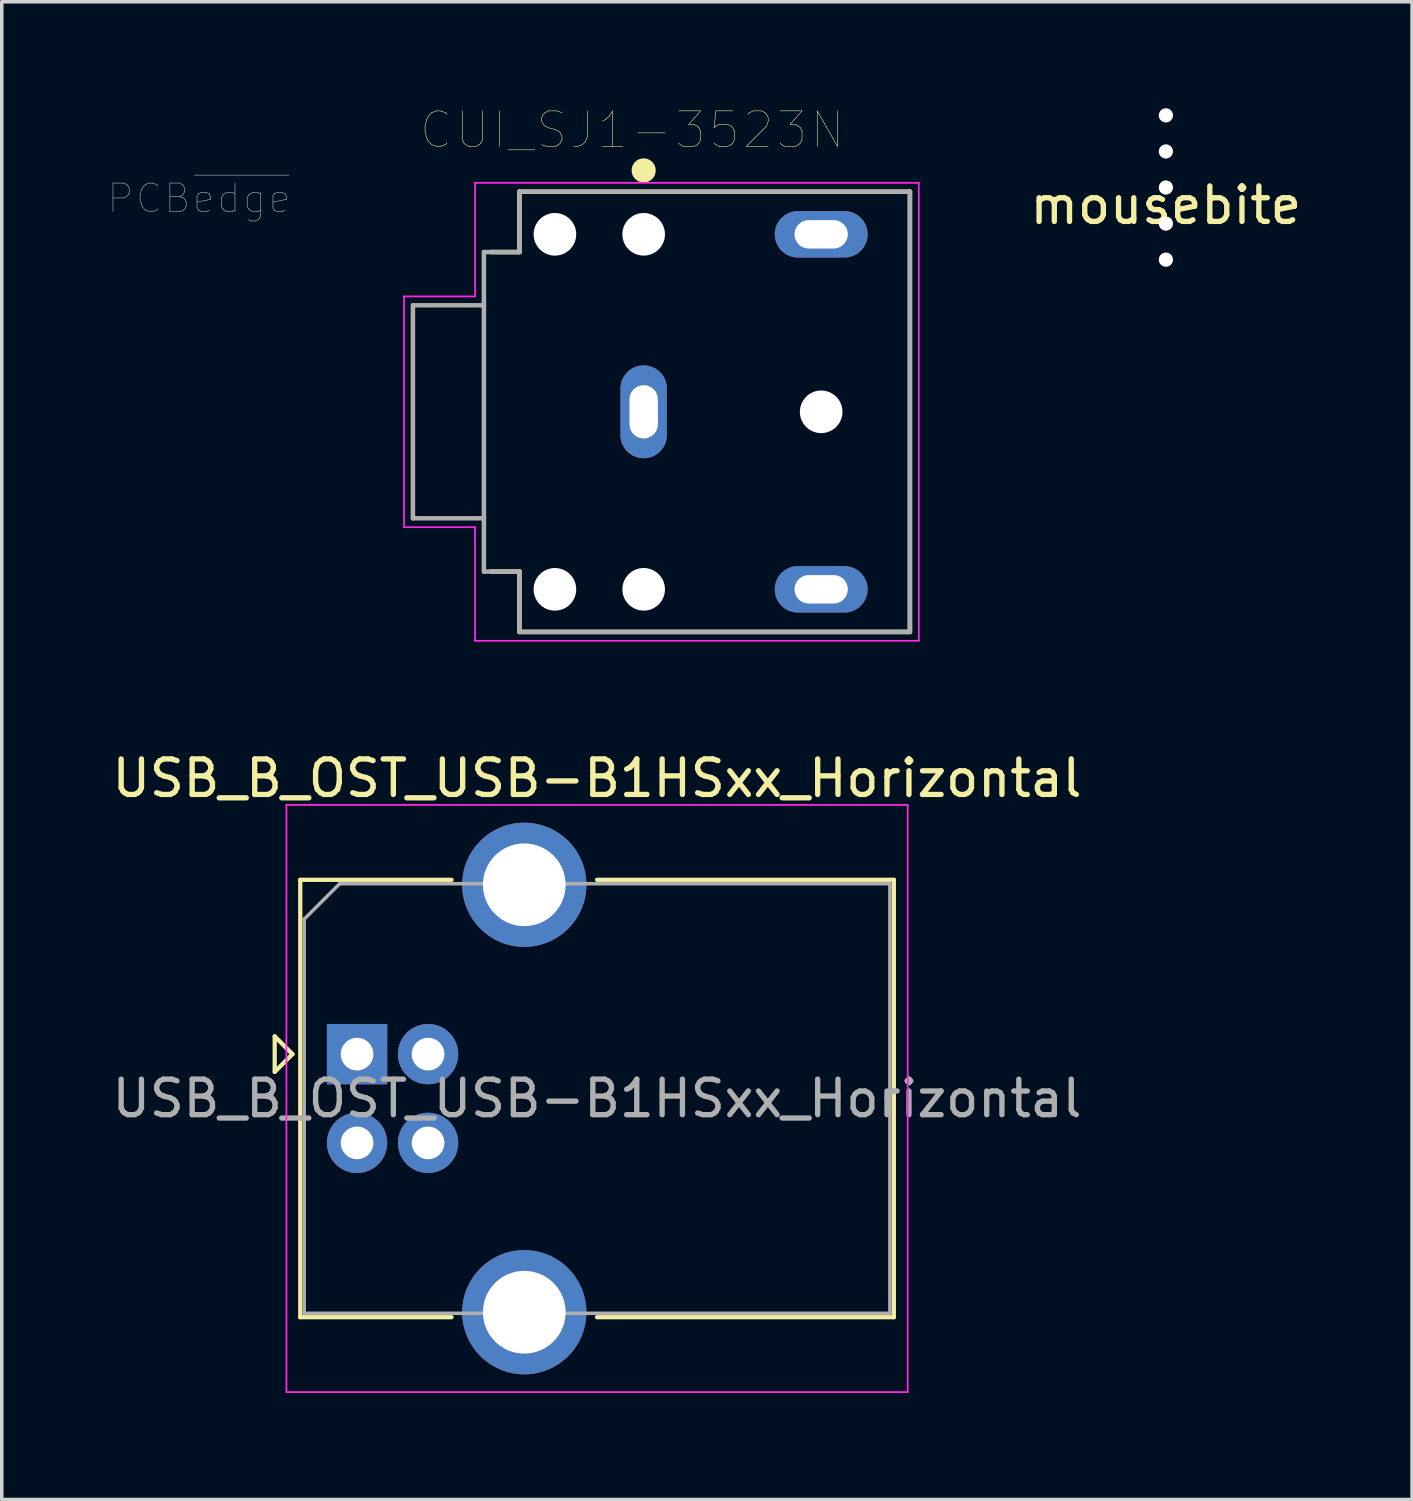
<source format=kicad_pcb>
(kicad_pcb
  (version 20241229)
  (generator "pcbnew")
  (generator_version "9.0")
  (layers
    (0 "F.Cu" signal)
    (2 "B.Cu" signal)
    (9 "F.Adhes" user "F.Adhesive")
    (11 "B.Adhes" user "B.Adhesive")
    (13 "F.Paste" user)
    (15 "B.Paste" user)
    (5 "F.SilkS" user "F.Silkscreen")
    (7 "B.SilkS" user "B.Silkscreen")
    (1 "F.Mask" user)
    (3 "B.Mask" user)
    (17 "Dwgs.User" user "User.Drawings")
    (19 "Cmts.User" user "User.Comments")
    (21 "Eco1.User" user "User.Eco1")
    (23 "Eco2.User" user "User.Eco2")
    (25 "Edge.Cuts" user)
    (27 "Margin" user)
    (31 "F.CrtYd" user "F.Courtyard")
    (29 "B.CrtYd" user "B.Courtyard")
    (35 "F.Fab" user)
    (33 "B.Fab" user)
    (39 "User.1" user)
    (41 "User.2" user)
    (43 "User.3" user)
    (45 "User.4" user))
  (footprint "mousebite"
    (layer "F.Cu")
    (at 29.791 2.232)
    (property "Reference" "mousebite" (at 0 0.5 0) (layer "F.SilkS") (effects (font (size 1 1) (thickness 0.15))))
    (attr through_hole)
    (pad "" np_thru_hole circle (at 0 -2.032) (size 0.4 0.4) (drill 0.4) (layers "*.Cu" "*.Mask"))
    (pad "" np_thru_hole circle (at 0 -1.016) (size 0.4 0.4) (drill 0.4) (layers "*.Cu" "*.Mask"))
    (pad "" np_thru_hole circle (at 0 0) (size 0.4 0.4) (drill 0.4) (layers "*.Cu" "*.Mask"))
    (pad "" np_thru_hole circle (at 0 1.016) (size 0.4 0.4) (drill 0.4) (layers "*.Cu" "*.Mask"))
    (pad "" np_thru_hole circle (at 0 2.032) (size 0.4 0.4) (drill 0.4) (layers "*.Cu" "*.Mask")))
  (footprint "CUI_SJ1-3523N"
    (layer "F.Cu")
    (at 15.081 8.55)
    (property "Reference" "CUI_SJ1-3523N" (at -0.325 -7.938 0) (layer "F.SilkS") (effects (font (size 1 1) (thickness 0.015))))
    (attr through_hole)
    (fp_line (start -3.5 -6.2) (end -3.5 -4.5) (stroke (width 0.127) (type solid)) (layer "F.SilkS"))
    (fp_line (start -3.5 -4.5) (end -4.3 -4.5) (stroke (width 0.127) (type solid)) (layer "F.SilkS"))
    (fp_line (start -3.5 4.5) (end -4.3 4.5) (stroke (width 0.127) (type solid)) (layer "F.SilkS"))
    (fp_line (start -3.5 4.5) (end -3.5 6.2) (stroke (width 0.127) (type solid)) (layer "F.SilkS"))
    (fp_line (start 7.5 -6.2) (end -3.5 -6.2) (stroke (width 0.127) (type solid)) (layer "F.SilkS"))
    (fp_line (start 7.5 -6.2) (end 7.5 6.2) (stroke (width 0.127) (type solid)) (layer "F.SilkS"))
    (fp_line (start 7.5 6.2) (end -3.5 6.2) (stroke (width 0.127) (type solid)) (layer "F.SilkS"))
    (fp_circle (center 0 -6.8) (end 0.17 -6.8) (stroke (width 0.34) (type solid)) (fill no) (layer "F.SilkS"))
    (fp_line (start -6.75 -3.25) (end -6.75 3.25) (stroke (width 0.05) (type solid)) (layer "F.CrtYd"))
    (fp_line (start -6.75 3.25) (end -4.75 3.25) (stroke (width 0.05) (type solid)) (layer "F.CrtYd"))
    (fp_line (start -4.75 -6.45) (end -4.75 -3.25) (stroke (width 0.05) (type solid)) (layer "F.CrtYd"))
    (fp_line (start -4.75 -6.45) (end 7.75 -6.45) (stroke (width 0.05) (type solid)) (layer "F.CrtYd"))
    (fp_line (start -4.75 -3.25) (end -6.75 -3.25) (stroke (width 0.05) (type solid)) (layer "F.CrtYd"))
    (fp_line (start -4.75 3.25) (end -4.75 6.45) (stroke (width 0.05) (type solid)) (layer "F.CrtYd"))
    (fp_line (start 7.75 -6.45) (end 7.75 6.45) (stroke (width 0.05) (type solid)) (layer "F.CrtYd"))
    (fp_line (start 7.75 6.45) (end -4.75 6.45) (stroke (width 0.05) (type solid)) (layer "F.CrtYd"))
    (fp_line (start -6.5 -3) (end -6.5 3) (stroke (width 0.127) (type solid)) (layer "F.Fab"))
    (fp_line (start -6.5 3) (end -4.5 3) (stroke (width 0.127) (type solid)) (layer "F.Fab"))
    (fp_line (start -4.5 -6) (end -4.5 -2) (stroke (width 0.0001) (type solid)) (layer "F.Fab"))
    (fp_line (start -4.5 -4.5) (end -4.5 -3) (stroke (width 0.127) (type solid)) (layer "F.Fab"))
    (fp_line (start -4.5 -3) (end -6.5 -3) (stroke (width 0.127) (type solid)) (layer "F.Fab"))
    (fp_line (start -4.5 -3) (end -4.5 3) (stroke (width 0.127) (type solid)) (layer "F.Fab"))
    (fp_line (start -4.5 -2) (end -3.3 -2) (stroke (width 0.0001) (type solid)) (layer "F.Fab"))
    (fp_line (start -4.5 2) (end -4.5 6) (stroke (width 0.0001) (type solid)) (layer "F.Fab"))
    (fp_line (start -4.5 3) (end -4.5 4.5) (stroke (width 0.127) (type solid)) (layer "F.Fab"))
    (fp_line (start -4.5 4.5) (end -3.5 4.5) (stroke (width 0.127) (type solid)) (layer "F.Fab"))
    (fp_line (start -3.5 -6.2) (end -3.5 -4.5) (stroke (width 0.127) (type solid)) (layer "F.Fab"))
    (fp_line (start -3.5 -4.5) (end -4.5 -4.5) (stroke (width 0.127) (type solid)) (layer "F.Fab"))
    (fp_line (start -3.5 4.5) (end -3.5 6.2) (stroke (width 0.127) (type solid)) (layer "F.Fab"))
    (fp_line (start -3.3 -2) (end -3.3 2) (stroke (width 0.0001) (type solid)) (layer "F.Fab"))
    (fp_line (start -3.3 2) (end -4.5 2) (stroke (width 0.0001) (type solid)) (layer "F.Fab"))
    (fp_line (start 7.5 -6.2) (end -3.5 -6.2) (stroke (width 0.127) (type solid)) (layer "F.Fab"))
    (fp_line (start 7.5 -6.2) (end 7.5 6.2) (stroke (width 0.127) (type solid)) (layer "F.Fab"))
    (fp_line (start 7.5 6.2) (end -3.5 6.2) (stroke (width 0.127) (type solid)) (layer "F.Fab"))
    (fp_text user "PCB~{edge}" (at -12.524 -6.012 0) (layer "Dwgs.User") (effects (font (size 0.802 0.802) (thickness 0.015))))
    (pad "" np_thru_hole circle (at -2.5 -5) (size 1.2 1.2) (drill 1.2) (layers "*.Cu" "*.Mask"))
    (pad "" np_thru_hole circle (at -2.5 5) (size 1.2 1.2) (drill 1.2) (layers "*.Cu" "*.Mask"))
    (pad "" np_thru_hole circle (at 0 -5) (size 1.2 1.2) (drill 1.2) (layers "*.Cu" "*.Mask"))
    (pad "" np_thru_hole circle (at 0 5) (size 1.2 1.2) (drill 1.2) (layers "*.Cu" "*.Mask"))
    (pad "" np_thru_hole circle (at 5 0) (size 1.2 1.2) (drill 1.2) (layers "*.Cu" "*.Mask"))
    (pad "1" thru_hole oval (at 0 0) (size 1.308 2.616) (drill oval 0.8 1.5) (layers "*.Cu" "*.Mask"))
    (pad "2" thru_hole oval (at 5 5) (size 2.616 1.308) (drill oval 1.5 0.8) (layers "*.Cu" "*.Mask"))
    (pad "3" thru_hole oval (at 5 -5) (size 2.616 1.308) (drill oval 1.5 0.8) (layers "*.Cu" "*.Mask")))
  (footprint "USB_B_OST_USB-B1HSxx_Horizontal"
    (layer "F.Cu")
    (at 7.008 26.643)
    (property "Reference" "USB_B_OST_USB-B1HSxx_Horizontal" (at 6.76 -7.77 0) (layer "F.SilkS") (effects (font (size 1 1) (thickness 0.15))))
    (attr through_hole)
    (fp_line (start -2.32 -0.5) (end -2.32 0.5) (stroke (width 0.12) (type solid)) (layer "F.SilkS"))
    (fp_line (start -2.32 0.5) (end -1.82 0) (stroke (width 0.12) (type solid)) (layer "F.SilkS"))
    (fp_line (start -1.82 0) (end -2.32 -0.5) (stroke (width 0.12) (type solid)) (layer "F.SilkS"))
    (fp_line (start -1.6 -4.91) (end -1.6 7.41) (stroke (width 0.12) (type solid)) (layer "F.SilkS"))
    (fp_line (start -1.6 7.41) (end 2.66 7.41) (stroke (width 0.12) (type solid)) (layer "F.SilkS"))
    (fp_line (start 2.66 -4.91) (end -1.6 -4.91) (stroke (width 0.12) (type solid)) (layer "F.SilkS"))
    (fp_line (start 6.76 -4.91) (end 15.12 -4.91) (stroke (width 0.12) (type solid)) (layer "F.SilkS"))
    (fp_line (start 15.12 -4.91) (end 15.12 7.41) (stroke (width 0.12) (type solid)) (layer "F.SilkS"))
    (fp_line (start 15.12 7.41) (end 6.76 7.41) (stroke (width 0.12) (type solid)) (layer "F.SilkS"))
    (fp_line (start -1.99 -7.02) (end -1.99 9.52) (stroke (width 0.05) (type solid)) (layer "F.CrtYd"))
    (fp_line (start -1.99 9.52) (end 15.51 9.52) (stroke (width 0.05) (type solid)) (layer "F.CrtYd"))
    (fp_line (start 15.51 -7.02) (end -1.99 -7.02) (stroke (width 0.05) (type solid)) (layer "F.CrtYd"))
    (fp_line (start 15.51 9.52) (end 15.51 -7.02) (stroke (width 0.05) (type solid)) (layer "F.CrtYd"))
    (fp_line (start -1.49 -3.8) (end -0.49 -4.8) (stroke (width 0.1) (type solid)) (layer "F.Fab"))
    (fp_line (start -1.49 7.3) (end -1.49 -3.8) (stroke (width 0.1) (type solid)) (layer "F.Fab"))
    (fp_line (start -0.49 -4.8) (end 15.01 -4.8) (stroke (width 0.1) (type solid)) (layer "F.Fab"))
    (fp_line (start 15.01 -4.8) (end 15.01 7.3) (stroke (width 0.1) (type solid)) (layer "F.Fab"))
    (fp_line (start 15.01 7.3) (end -1.49 7.3) (stroke (width 0.1) (type solid)) (layer "F.Fab"))
    (fp_text user "${REFERENCE}" (at 6.76 1.25 0) (layer "F.Fab") (effects (font (size 1 1) (thickness 0.15))))
    (pad "1" thru_hole rect (at 0 0) (size 1.7 1.7) (drill 0.92) (layers "*.Cu" "*.Mask"))
    (pad "2" thru_hole circle (at 0 2.5) (size 1.7 1.7) (drill 0.92) (layers "*.Cu" "*.Mask"))
    (pad "3" thru_hole circle (at 2 2.5) (size 1.7 1.7) (drill 0.92) (layers "*.Cu" "*.Mask"))
    (pad "4" thru_hole circle (at 2 0) (size 1.7 1.7) (drill 0.92) (layers "*.Cu" "*.Mask"))
    (pad "5" thru_hole circle (at 4.71 -4.77) (size 3.5 3.5) (drill 2.33) (layers "*.Cu" "*.Mask"))
    (pad "5" thru_hole circle (at 4.71 7.27) (size 3.5 3.5) (drill 2.33) (layers "*.Cu" "*.Mask")))
  (gr_rect
    (start -3 -3)
    (end 36.726 39.188)
    (stroke (width 0.1) (type default))
    (fill no)
    (layer "Edge.Cuts")))
</source>
